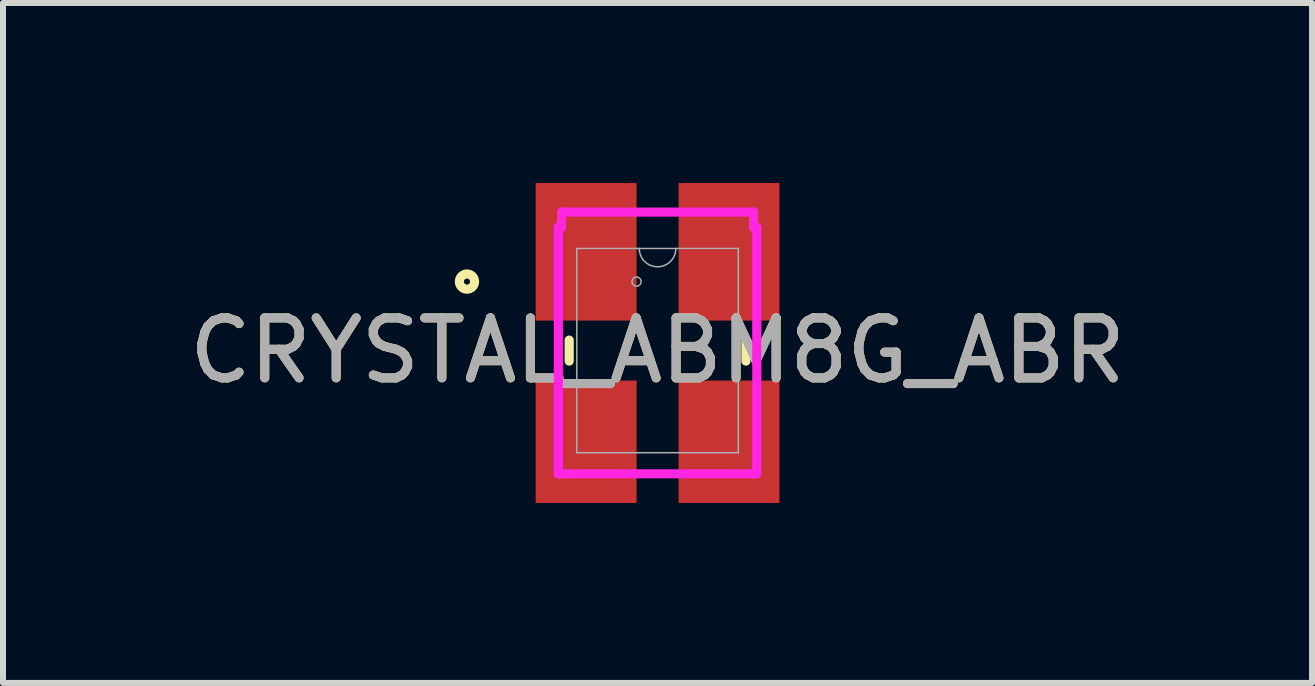
<source format=kicad_pcb>
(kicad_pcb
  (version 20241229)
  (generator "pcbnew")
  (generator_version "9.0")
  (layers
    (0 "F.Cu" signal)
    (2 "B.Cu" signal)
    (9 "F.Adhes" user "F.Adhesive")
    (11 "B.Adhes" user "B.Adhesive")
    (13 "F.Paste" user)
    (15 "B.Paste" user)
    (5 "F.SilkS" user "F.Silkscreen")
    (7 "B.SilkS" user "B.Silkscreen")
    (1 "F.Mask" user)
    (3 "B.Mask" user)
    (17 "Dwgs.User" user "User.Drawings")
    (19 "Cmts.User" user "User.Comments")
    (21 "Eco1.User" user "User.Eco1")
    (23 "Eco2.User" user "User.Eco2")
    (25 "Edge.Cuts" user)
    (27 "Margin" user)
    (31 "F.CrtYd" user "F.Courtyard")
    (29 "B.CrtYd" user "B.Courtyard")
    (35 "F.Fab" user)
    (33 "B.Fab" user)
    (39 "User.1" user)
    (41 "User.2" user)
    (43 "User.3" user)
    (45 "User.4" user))
  (footprint "CRYSTAL_ABM8G_ABR"
    (layer "F.Cu")
    (at 7.911 2.794)
    (property "Reference" "CRYSTAL_ABM8G_ABR" (at 0 0 0) (unlocked yes) (layer "F.SilkS") (effects (font (size 1 1) (thickness 0.15))))
    (attr smd)
    (fp_line (start -1.473 -0.175) (end -1.473 0.175) (stroke (width 0.152) (type solid)) (layer "F.SilkS"))
    (fp_line (start 1.473 0.175) (end 1.473 -0.175) (stroke (width 0.152) (type solid)) (layer "F.SilkS"))
    (fp_circle (center -3.177 -1.15) (end -3.05 -1.15) (stroke (width 0.152) (type solid)) (fill no) (layer "F.SilkS"))
    (fp_line (start -1.654 -2.054) (end -1.6 -2.054) (stroke (width 0.152) (type solid)) (layer "F.CrtYd"))
    (fp_line (start -1.654 2.054) (end -1.654 -2.054) (stroke (width 0.152) (type solid)) (layer "F.CrtYd"))
    (fp_line (start -1.654 2.054) (end -1.6 2.054) (stroke (width 0.152) (type solid)) (layer "F.CrtYd"))
    (fp_line (start -1.6 -2.308) (end 1.6 -2.308) (stroke (width 0.152) (type solid)) (layer "F.CrtYd"))
    (fp_line (start -1.6 -2.054) (end -1.6 -2.308) (stroke (width 0.152) (type solid)) (layer "F.CrtYd"))
    (fp_line (start -1.6 2.054) (end -1.6 2.054) (stroke (width 0.152) (type solid)) (layer "F.CrtYd"))
    (fp_line (start 1.6 -2.308) (end 1.6 -2.054) (stroke (width 0.152) (type solid)) (layer "F.CrtYd"))
    (fp_line (start 1.6 2.054) (end -1.6 2.054) (stroke (width 0.152) (type solid)) (layer "F.CrtYd"))
    (fp_line (start 1.6 2.054) (end 1.6 2.054) (stroke (width 0.152) (type solid)) (layer "F.CrtYd"))
    (fp_line (start 1.654 -2.054) (end 1.6 -2.054) (stroke (width 0.152) (type solid)) (layer "F.CrtYd"))
    (fp_line (start 1.654 -2.054) (end 1.654 2.054) (stroke (width 0.152) (type solid)) (layer "F.CrtYd"))
    (fp_line (start 1.654 2.054) (end 1.6 2.054) (stroke (width 0.152) (type solid)) (layer "F.CrtYd"))
    (fp_line (start -1.346 -1.702) (end -1.346 1.702) (stroke (width 0.025) (type solid)) (layer "F.Fab"))
    (fp_line (start -1.346 1.702) (end 1.346 1.702) (stroke (width 0.025) (type solid)) (layer "F.Fab"))
    (fp_line (start 1.346 -1.702) (end -1.346 -1.702) (stroke (width 0.025) (type solid)) (layer "F.Fab"))
    (fp_line (start 1.346 1.702) (end 1.346 -1.702) (stroke (width 0.025) (type solid)) (layer "F.Fab"))
    (fp_arc (start 0.3048 -1.7018) (mid 0 -1.397) (end -0.3048 -1.7018) (stroke (width 0.0254) (type solid)) (layer "F.Fab"))
    (fp_circle (center -0.35 -1.15) (end -0.274 -1.15) (stroke (width 0.025) (type solid)) (fill no) (layer "F.Fab"))
    (fp_text user "${REFERENCE}" (at 0 0 0) (unlocked yes) (layer "F.Fab") (effects (font (size 1 1) (thickness 0.15))))
    (pad "1" smd rect (at -1.191 -1.647) (size 1.682 2.294) (layers "F.Cu" "F.Mask" "F.Paste"))
    (pad "2" smd rect (at -1.191 1.52) (size 1.682 2.04) (layers "F.Cu" "F.Mask" "F.Paste"))
    (pad "3" smd rect (at 1.191 1.52) (size 1.682 2.04) (layers "F.Cu" "F.Mask" "F.Paste"))
    (pad "4" smd rect (at 1.191 -1.647) (size 1.682 2.294) (layers "F.Cu" "F.Mask" "F.Paste")))
  (gr_rect
    (start -3 -3)
    (end 18.821 8.334)
    (stroke (width 0.1) (type default))
    (fill no)
    (layer "Edge.Cuts")))
</source>
